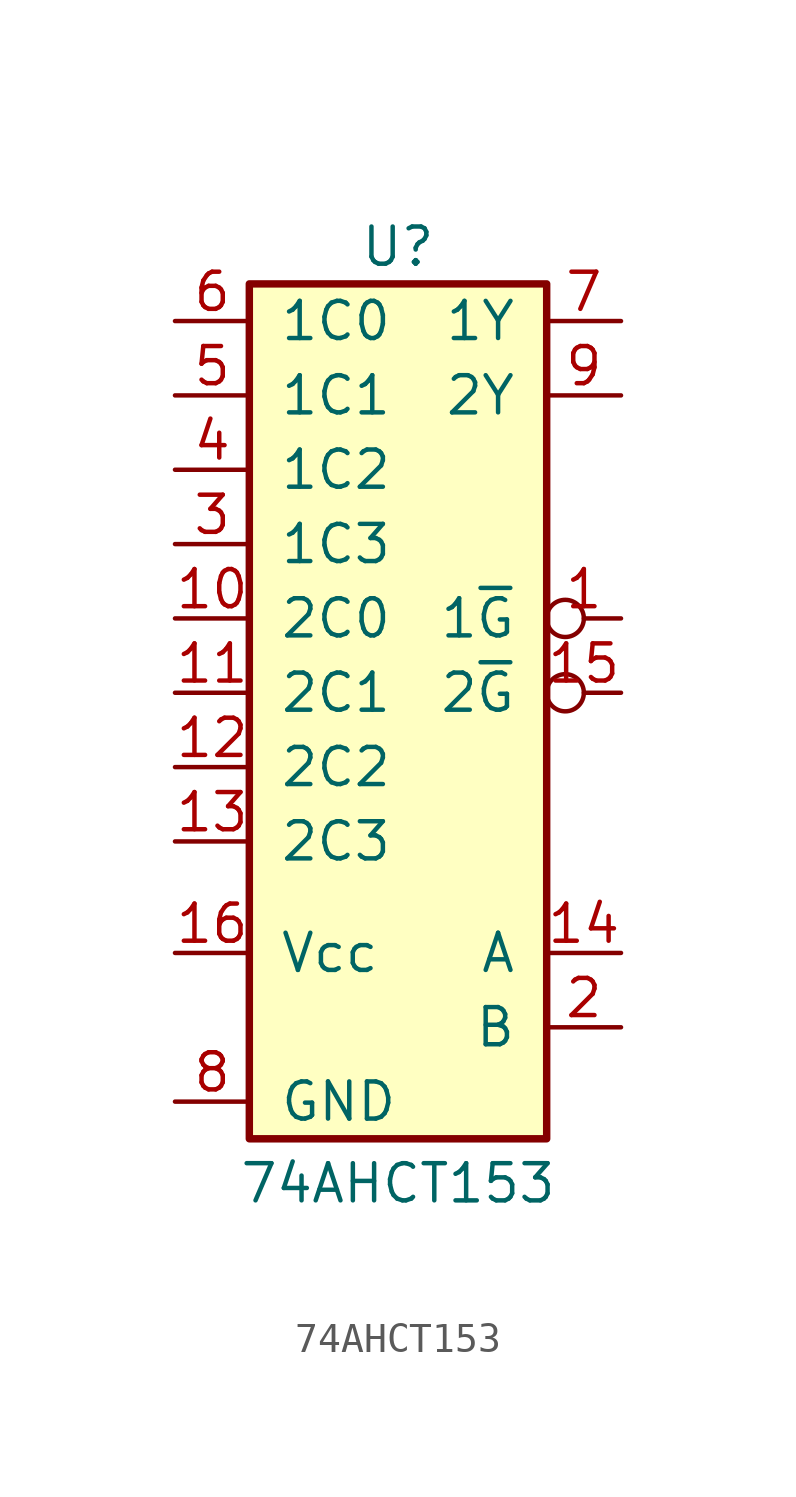
<source format=kicad_sym>
(kicad_symbol_lib
  (version 20231120)
  (generator "kicad_symbol_editor")
  (generator_version "8.0")
  (symbol "74AHCT153"
    (pin_names
      (offset 1.016))
    (property "Reference" "U"
      (at 0 16.51 0)
      (effects (font (size 1.27 1.27))))
    (property "Value" "74AHCT153"
      (at 0 -15.494 0)
      (effects (font (size 1.27 1.27))))
    (symbol "74AHCT153_1_0"
      (pin input inverted (at 7.62 3.81 180) (length 2.54) (name "1~{G}" (effects (font (size 1.27 1.27)))) (number "1" (effects (font (size 1.27 1.27)))))
      (pin input line (at -7.62 3.81 0) (length 2.54) (name "2C0" (effects (font (size 1.27 1.27)))) (number "10" (effects (font (size 1.27 1.27)))))
      (pin input line (at -7.62 1.27 0) (length 2.54) (name "2C1" (effects (font (size 1.27 1.27)))) (number "11" (effects (font (size 1.27 1.27)))))
      (pin input line (at -7.62 -1.27 0) (length 2.54) (name "2C2" (effects (font (size 1.27 1.27)))) (number "12" (effects (font (size 1.27 1.27)))))
      (pin input line (at -7.62 -3.81 0) (length 2.54) (name "2C3" (effects (font (size 1.27 1.27)))) (number "13" (effects (font (size 1.27 1.27)))))
      (pin input line (at 7.62 -7.62 180) (length 2.54) (name "A" (effects (font (size 1.27 1.27)))) (number "14" (effects (font (size 1.27 1.27)))))
      (pin input inverted (at 7.62 1.27 180) (length 2.54) (name "2~{G}" (effects (font (size 1.27 1.27)))) (number "15" (effects (font (size 1.27 1.27)))))
      (pin power_in line (at -7.62 -7.62 0) (length 2.54) (name "Vcc" (effects (font (size 1.27 1.27)))) (number "16" (effects (font (size 1.27 1.27)))))
      (pin input line (at 7.62 -10.16 180) (length 2.54) (name "B" (effects (font (size 1.27 1.27)))) (number "2" (effects (font (size 1.27 1.27)))))
      (pin input line (at -7.62 6.35 0) (length 2.54) (name "1C3" (effects (font (size 1.27 1.27)))) (number "3" (effects (font (size 1.27 1.27)))))
      (pin input line (at -7.62 8.89 0) (length 2.54) (name "1C2" (effects (font (size 1.27 1.27)))) (number "4" (effects (font (size 1.27 1.27)))))
      (pin input line (at -7.62 11.43 0) (length 2.54) (name "1C1" (effects (font (size 1.27 1.27)))) (number "5" (effects (font (size 1.27 1.27)))))
      (pin input line (at -7.62 13.97 0) (length 2.54) (name "1C0" (effects (font (size 1.27 1.27)))) (number "6" (effects (font (size 1.27 1.27)))))
      (pin output line (at 7.62 13.97 180) (length 2.54) (name "1Y" (effects (font (size 1.27 1.27)))) (number "7" (effects (font (size 1.27 1.27)))))
      (pin power_in line (at -7.62 -12.7 0) (length 2.54) (name "GND" (effects (font (size 1.27 1.27)))) (number "8" (effects (font (size 1.27 1.27)))))
      (pin output line (at 7.62 11.43 180) (length 2.54) (name "2Y" (effects (font (size 1.27 1.27)))) (number "9" (effects (font (size 1.27 1.27))))))
    (symbol "74AHCT153_1_1"
      (rectangle (start -5.08 15.24) (end 5.08 -13.97) (stroke (width 0.254) (type default)) (fill (type background))))))
</source>
